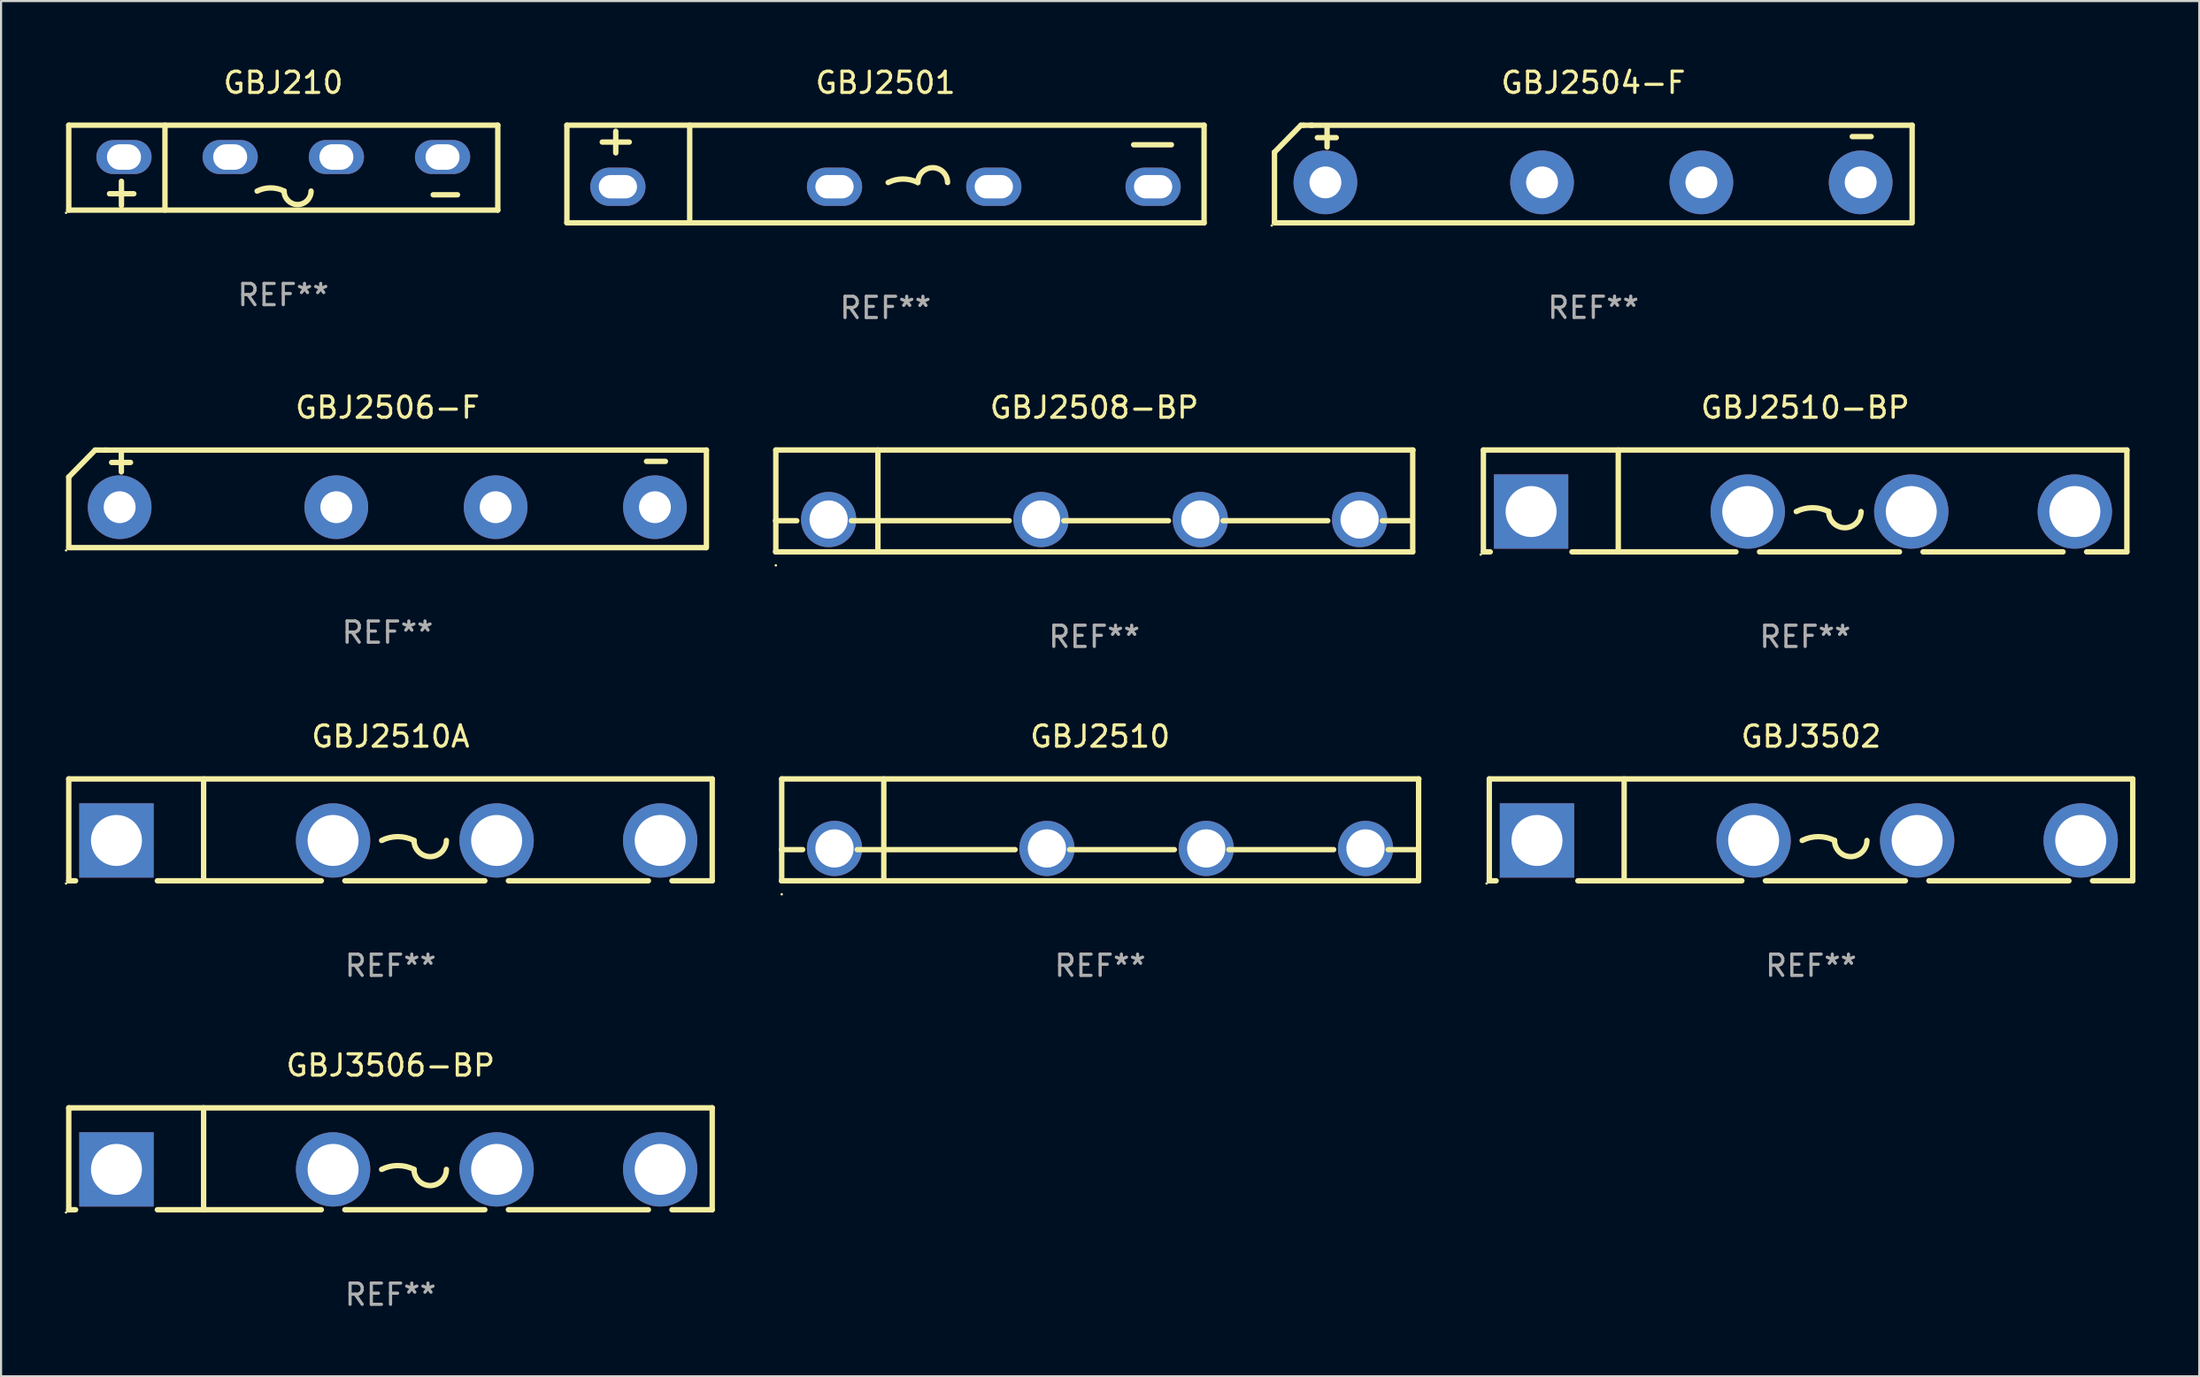
<source format=kicad_pcb>
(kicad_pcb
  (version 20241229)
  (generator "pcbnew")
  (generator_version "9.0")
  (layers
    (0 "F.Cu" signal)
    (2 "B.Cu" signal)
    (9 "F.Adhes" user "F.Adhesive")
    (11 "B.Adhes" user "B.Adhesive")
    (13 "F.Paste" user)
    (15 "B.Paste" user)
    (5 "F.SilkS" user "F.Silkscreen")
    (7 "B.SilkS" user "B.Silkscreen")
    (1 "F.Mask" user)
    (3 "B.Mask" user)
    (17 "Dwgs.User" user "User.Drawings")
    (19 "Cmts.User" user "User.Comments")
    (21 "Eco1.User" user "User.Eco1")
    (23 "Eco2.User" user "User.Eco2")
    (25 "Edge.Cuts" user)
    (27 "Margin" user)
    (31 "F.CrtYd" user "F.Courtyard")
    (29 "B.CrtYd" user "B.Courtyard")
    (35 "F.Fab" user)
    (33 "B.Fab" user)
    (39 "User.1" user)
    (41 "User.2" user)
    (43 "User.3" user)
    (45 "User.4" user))
  (footprint "GBJ2504-F"
    (layer "F.Cu")
    (at 71.967 5.148)
    (property "Reference" "GBJ2504-F" (at 0 -4.3 0) (layer "F.SilkS") (effects (font (size 1 1) (thickness 0.15))))
    (attr through_hole)
    (fp_line (start -15.011 -1.027) (end -15.011 2.275) (stroke (width 0.254) (type solid)) (layer "F.SilkS"))
    (fp_line (start -15.011 -1.027) (end -13.767 -2.297) (stroke (width 0.254) (type solid)) (layer "F.SilkS"))
    (fp_line (start -15.011 2.3) (end 14.989 2.3) (stroke (width 0.254) (type solid)) (layer "F.SilkS"))
    (fp_line (start -13.767 -2.297) (end -13.64 -2.297) (stroke (width 0.254) (type solid)) (layer "F.SilkS"))
    (fp_line (start -13.64 -2.297) (end -13.233 -2.297) (stroke (width 0.254) (type solid)) (layer "F.SilkS"))
    (fp_line (start -13.31 -2.297) (end 15.011 -2.297) (stroke (width 0.254) (type solid)) (layer "F.SilkS"))
    (fp_line (start -12.992 -1.713) (end -12.103 -1.713) (stroke (width 0.254) (type solid)) (layer "F.SilkS"))
    (fp_line (start -12.535 -1.269) (end -12.535 -2.158) (stroke (width 0.254) (type solid)) (layer "F.SilkS"))
    (fp_line (start 12.192 -1.764) (end 13.081 -1.764) (stroke (width 0.254) (type solid)) (layer "F.SilkS"))
    (fp_line (start 15.011 -2.3) (end 15.011 2.3) (stroke (width 0.254) (type solid)) (layer "F.SilkS"))
    (fp_circle (center -15.138 2.427) (end -15.108 2.427) (stroke (width 0.06) (type solid)) (fill no) (layer "F.SilkS"))
    (fp_text user "REF**" (at 0 6.3 0) (layer "F.Fab") (effects (font (size 1 1) (thickness 0.15))))
    (pad "1" thru_hole circle (at -12.614 0.395) (size 3 3) (drill 1.5) (layers "*.Cu" "*.Mask"))
    (pad "2" thru_hole circle (at -2.413 0.395) (size 3 3) (drill 1.5) (layers "*.Cu" "*.Mask"))
    (pad "3" thru_hole circle (at 5.088 0.395) (size 3 3) (drill 1.5) (layers "*.Cu" "*.Mask"))
    (pad "4" thru_hole circle (at 12.588 0.395) (size 3 3) (drill 1.5) (layers "*.Cu" "*.Mask")))
  (footprint "GBJ2501"
    (layer "F.Cu")
    (at 38.641 5.151)
    (property "Reference" "GBJ2501" (at 0 -4.303 0) (layer "F.SilkS") (effects (font (size 1 1) (thickness 0.15))))
    (attr through_hole)
    (fp_line (start -15 -2.303) (end -15 2.297) (stroke (width 0.254) (type solid)) (layer "F.SilkS"))
    (fp_line (start -15 -2.303) (end 15 -2.303) (stroke (width 0.254) (type solid)) (layer "F.SilkS"))
    (fp_line (start -15 2.297) (end 15 2.297) (stroke (width 0.254) (type solid)) (layer "F.SilkS"))
    (fp_line (start -13.335 -1.508) (end -12.065 -1.508) (stroke (width 0.254) (type solid)) (layer "F.SilkS"))
    (fp_line (start -12.7 -1) (end -12.7 -2.016) (stroke (width 0.254) (type solid)) (layer "F.SilkS"))
    (fp_line (start -9.219 -2.303) (end -9.219 2.297) (stroke (width 0.254) (type solid)) (layer "F.SilkS"))
    (fp_line (start 11.684 -1.381) (end 13.462 -1.381) (stroke (width 0.254) (type solid)) (layer "F.SilkS"))
    (fp_line (start 15 -2.303) (end 15 2.303) (stroke (width 0.254) (type solid)) (layer "F.SilkS"))
    (fp_arc (start 0.127 0.397498) (mid 0.825502 0.232604) (end 1.524003 0.397498) (stroke (width 0.254001) (type solid)) (layer "F.SilkS"))
    (fp_arc (start 1.524002 0.397498) (mid 2.222504 -0.301004) (end 2.921006 0.397498) (stroke (width 0.254001) (type solid)) (layer "F.SilkS"))
    (fp_circle (center -15 -2.27) (end -14.97 -2.27) (stroke (width 0.06) (type solid)) (fill no) (layer "F.SilkS"))
    (fp_text user "REF**" (at 0 6.303 0) (layer "F.Fab") (effects (font (size 1 1) (thickness 0.15))))
    (pad "1" thru_hole oval (at -12.6 0.597 90) (size 1.8 2.6) (drill oval 1.1 1.8) (layers "*.Cu" "*.Mask"))
    (pad "2" thru_hole oval (at -2.4 0.597 90) (size 1.8 2.6) (drill oval 1.1 1.8) (layers "*.Cu" "*.Mask"))
    (pad "3" thru_hole oval (at 5.1 0.597 90) (size 1.8 2.6) (drill oval 1.1 1.8) (layers "*.Cu" "*.Mask"))
    (pad "4" thru_hole oval (at 12.6 0.597 90) (size 1.8 2.6) (drill oval 1.1 1.8) (layers "*.Cu" "*.Mask")))
  (footprint "GBJ2510-BP"
    (layer "F.Cu")
    (at 81.942 20.55)
    (property "Reference" "GBJ2510-BP" (at 0 -4.4 0) (layer "F.SilkS") (effects (font (size 1 1) (thickness 0.15))))
    (attr through_hole)
    (fp_line (start -15.15 -2.4) (end -15.15 2.4) (stroke (width 0.254) (type solid)) (layer "F.SilkS"))
    (fp_line (start -15.15 -2.4) (end 15.15 -2.4) (stroke (width 0.254) (type solid)) (layer "F.SilkS"))
    (fp_line (start -15.15 2.4) (end -14.829 2.4) (stroke (width 0.254) (type solid)) (layer "F.SilkS"))
    (fp_line (start -10.979 2.4) (end -3.259 2.4) (stroke (width 0.254) (type solid)) (layer "F.SilkS"))
    (fp_line (start -8.8 -2.4) (end -8.8 2.4) (stroke (width 0.254) (type solid)) (layer "F.SilkS"))
    (fp_line (start -2.149 2.4) (end 4.44 2.4) (stroke (width 0.254) (type solid)) (layer "F.SilkS"))
    (fp_line (start 5.55 2.4) (end 12.141 2.4) (stroke (width 0.254) (type solid)) (layer "F.SilkS"))
    (fp_line (start 13.251 2.4) (end 15.146 2.4) (stroke (width 0.254) (type solid)) (layer "F.SilkS"))
    (fp_line (start 15.146 2.4) (end 15.146 -2.4) (stroke (width 0.254) (type solid)) (layer "F.SilkS"))
    (fp_arc (start -0.417958 0.5) (mid 0.344044 0.320116) (end 1.106045 0.5) (stroke (width 0.254001) (type solid)) (layer "F.SilkS"))
    (fp_arc (start 2.630048 0.5) (mid 1.868047 1.262001) (end 1.106046 0.5) (stroke (width 0.254001) (type solid)) (layer "F.SilkS"))
    (fp_circle (center -15.277 2.527) (end -15.247 2.527) (stroke (width 0.06) (type solid)) (fill no) (layer "F.SilkS"))
    (fp_text user "+" (at -10.832 0.569 0) (layer "B.Mask") (effects (font (size 1 1) (thickness 0.15))))
    (fp_text user "-" (at 8.98 0.5 0) (layer "B.Mask") (effects (font (size 1 1) (thickness 0.15))))
    (fp_text user "REF**" (at 0 6.4 0) (layer "F.Fab") (effects (font (size 1 1) (thickness 0.15))))
    (pad "1" thru_hole rect (at -12.904 0.5) (size 3.5 3.5) (drill 2.4) (layers "*.Cu" "*.Mask"))
    (pad "2" thru_hole circle (at -2.704 0.5) (size 3.5 3.5) (drill 2.4) (layers "*.Cu" "*.Mask"))
    (pad "3" thru_hole circle (at 4.995 0.5) (size 3.5 3.5) (drill 2.4) (layers "*.Cu" "*.Mask"))
    (pad "4" thru_hole circle (at 12.696 0.5) (size 3.5 3.5) (drill 2.4) (layers "*.Cu" "*.Mask")))
  (footprint "GBJ2510A"
    (layer "F.Cu")
    (at 15.337 36.046)
    (property "Reference" "GBJ2510A" (at 0 -4.4 0) (layer "F.SilkS") (effects (font (size 1 1) (thickness 0.15))))
    (attr through_hole)
    (fp_line (start -15.15 -2.4) (end -15.15 2.4) (stroke (width 0.254) (type solid)) (layer "F.SilkS"))
    (fp_line (start -15.15 -2.4) (end 15.15 -2.4) (stroke (width 0.254) (type solid)) (layer "F.SilkS"))
    (fp_line (start -15.15 2.4) (end -14.829 2.4) (stroke (width 0.254) (type solid)) (layer "F.SilkS"))
    (fp_line (start -10.979 2.4) (end -3.259 2.4) (stroke (width 0.254) (type solid)) (layer "F.SilkS"))
    (fp_line (start -8.8 -2.4) (end -8.8 2.4) (stroke (width 0.254) (type solid)) (layer "F.SilkS"))
    (fp_line (start -2.149 2.4) (end 4.44 2.4) (stroke (width 0.254) (type solid)) (layer "F.SilkS"))
    (fp_line (start 5.55 2.4) (end 12.141 2.4) (stroke (width 0.254) (type solid)) (layer "F.SilkS"))
    (fp_line (start 13.251 2.4) (end 15.146 2.4) (stroke (width 0.254) (type solid)) (layer "F.SilkS"))
    (fp_line (start 15.146 2.4) (end 15.146 -2.4) (stroke (width 0.254) (type solid)) (layer "F.SilkS"))
    (fp_arc (start -0.417958 0.5) (mid 0.344044 0.320116) (end 1.106045 0.5) (stroke (width 0.254001) (type solid)) (layer "F.SilkS"))
    (fp_arc (start 2.630048 0.5) (mid 1.868047 1.262001) (end 1.106046 0.5) (stroke (width 0.254001) (type solid)) (layer "F.SilkS"))
    (fp_circle (center -15.277 2.527) (end -15.247 2.527) (stroke (width 0.06) (type solid)) (fill no) (layer "F.SilkS"))
    (fp_text user "+" (at -10.832 0.569 0) (layer "B.Mask") (effects (font (size 1 1) (thickness 0.15))))
    (fp_text user "-" (at 8.98 0.5 0) (layer "B.Mask") (effects (font (size 1 1) (thickness 0.15))))
    (fp_text user "REF**" (at 0 6.4 0) (layer "F.Fab") (effects (font (size 1 1) (thickness 0.15))))
    (pad "1" thru_hole rect (at -12.904 0.5) (size 3.5 3.5) (drill 2.4) (layers "*.Cu" "*.Mask"))
    (pad "2" thru_hole circle (at -2.704 0.5) (size 3.5 3.5) (drill 2.4) (layers "*.Cu" "*.Mask"))
    (pad "3" thru_hole circle (at 4.995 0.5) (size 3.5 3.5) (drill 2.4) (layers "*.Cu" "*.Mask"))
    (pad "4" thru_hole circle (at 12.696 0.5) (size 3.5 3.5) (drill 2.4) (layers "*.Cu" "*.Mask")))
  (footprint "GBJ3506-BP"
    (layer "F.Cu")
    (at 15.337 51.543)
    (property "Reference" "GBJ3506-BP" (at 0 -4.4 0) (layer "F.SilkS") (effects (font (size 1 1) (thickness 0.15))))
    (attr through_hole)
    (fp_line (start -15.15 -2.4) (end -15.15 2.4) (stroke (width 0.254) (type solid)) (layer "F.SilkS"))
    (fp_line (start -15.15 -2.4) (end 15.15 -2.4) (stroke (width 0.254) (type solid)) (layer "F.SilkS"))
    (fp_line (start -15.15 2.4) (end -14.829 2.4) (stroke (width 0.254) (type solid)) (layer "F.SilkS"))
    (fp_line (start -10.979 2.4) (end -3.259 2.4) (stroke (width 0.254) (type solid)) (layer "F.SilkS"))
    (fp_line (start -8.8 -2.4) (end -8.8 2.4) (stroke (width 0.254) (type solid)) (layer "F.SilkS"))
    (fp_line (start -2.149 2.4) (end 4.44 2.4) (stroke (width 0.254) (type solid)) (layer "F.SilkS"))
    (fp_line (start 5.55 2.4) (end 12.141 2.4) (stroke (width 0.254) (type solid)) (layer "F.SilkS"))
    (fp_line (start 13.251 2.4) (end 15.146 2.4) (stroke (width 0.254) (type solid)) (layer "F.SilkS"))
    (fp_line (start 15.146 2.4) (end 15.146 -2.4) (stroke (width 0.254) (type solid)) (layer "F.SilkS"))
    (fp_arc (start -0.417958 0.5) (mid 0.344044 0.320116) (end 1.106045 0.5) (stroke (width 0.254001) (type solid)) (layer "F.SilkS"))
    (fp_arc (start 2.630048 0.5) (mid 1.868047 1.262001) (end 1.106046 0.5) (stroke (width 0.254001) (type solid)) (layer "F.SilkS"))
    (fp_circle (center -15.277 2.527) (end -15.247 2.527) (stroke (width 0.06) (type solid)) (fill no) (layer "F.SilkS"))
    (fp_text user "-" (at 8.98 0.5 0) (layer "B.Mask") (effects (font (size 1 1) (thickness 0.15))))
    (fp_text user "+" (at -10.832 0.569 0) (layer "B.Mask") (effects (font (size 1 1) (thickness 0.15))))
    (fp_text user "REF**" (at 0 6.4 0) (layer "F.Fab") (effects (font (size 1 1) (thickness 0.15))))
    (pad "1" thru_hole rect (at -12.904 0.5) (size 3.5 3.5) (drill 2.4) (layers "*.Cu" "*.Mask"))
    (pad "2" thru_hole circle (at -2.704 0.5) (size 3.5 3.5) (drill 2.4) (layers "*.Cu" "*.Mask"))
    (pad "3" thru_hole circle (at 4.995 0.5) (size 3.5 3.5) (drill 2.4) (layers "*.Cu" "*.Mask"))
    (pad "4" thru_hole circle (at 12.696 0.5) (size 3.5 3.5) (drill 2.4) (layers "*.Cu" "*.Mask")))
  (footprint "GBJ3502"
    (layer "F.Cu")
    (at 82.219 36.046)
    (property "Reference" "GBJ3502" (at 0 -4.4 0) (layer "F.SilkS") (effects (font (size 1 1) (thickness 0.15))))
    (attr through_hole)
    (fp_line (start -15.15 -2.4) (end -15.15 2.4) (stroke (width 0.254) (type solid)) (layer "F.SilkS"))
    (fp_line (start -15.15 -2.4) (end 15.15 -2.4) (stroke (width 0.254) (type solid)) (layer "F.SilkS"))
    (fp_line (start -15.15 2.4) (end -14.829 2.4) (stroke (width 0.254) (type solid)) (layer "F.SilkS"))
    (fp_line (start -10.979 2.4) (end -3.259 2.4) (stroke (width 0.254) (type solid)) (layer "F.SilkS"))
    (fp_line (start -8.8 -2.4) (end -8.8 2.4) (stroke (width 0.254) (type solid)) (layer "F.SilkS"))
    (fp_line (start -2.149 2.4) (end 4.44 2.4) (stroke (width 0.254) (type solid)) (layer "F.SilkS"))
    (fp_line (start 5.55 2.4) (end 12.141 2.4) (stroke (width 0.254) (type solid)) (layer "F.SilkS"))
    (fp_line (start 13.251 2.4) (end 15.146 2.4) (stroke (width 0.254) (type solid)) (layer "F.SilkS"))
    (fp_line (start 15.146 2.4) (end 15.146 -2.4) (stroke (width 0.254) (type solid)) (layer "F.SilkS"))
    (fp_arc (start -0.417958 0.5) (mid 0.344044 0.320116) (end 1.106045 0.5) (stroke (width 0.254001) (type solid)) (layer "F.SilkS"))
    (fp_arc (start 2.630048 0.5) (mid 1.868047 1.262001) (end 1.106046 0.5) (stroke (width 0.254001) (type solid)) (layer "F.SilkS"))
    (fp_circle (center -15.277 2.527) (end -15.247 2.527) (stroke (width 0.06) (type solid)) (fill no) (layer "F.SilkS"))
    (fp_text user "-" (at 8.98 0.5 0) (layer "B.Mask") (effects (font (size 1 1) (thickness 0.15))))
    (fp_text user "+" (at -10.832 0.569 0) (layer "B.Mask") (effects (font (size 1 1) (thickness 0.15))))
    (fp_text user "REF**" (at 0 6.4 0) (layer "F.Fab") (effects (font (size 1 1) (thickness 0.15))))
    (pad "1" thru_hole rect (at -12.904 0.5) (size 3.5 3.5) (drill 2.4) (layers "*.Cu" "*.Mask"))
    (pad "2" thru_hole circle (at -2.704 0.5) (size 3.5 3.5) (drill 2.4) (layers "*.Cu" "*.Mask"))
    (pad "3" thru_hole circle (at 4.995 0.5) (size 3.5 3.5) (drill 2.4) (layers "*.Cu" "*.Mask"))
    (pad "4" thru_hole circle (at 12.696 0.5) (size 3.5 3.5) (drill 2.4) (layers "*.Cu" "*.Mask")))
  (footprint "GBJ210"
    (layer "F.Cu")
    (at 10.287 4.848)
    (property "Reference" "GBJ210" (at 0 -4 0) (layer "F.SilkS") (effects (font (size 1 1) (thickness 0.15))))
    (attr through_hole)
    (fp_line (start -10.1 -2) (end -10.1 2) (stroke (width 0.254) (type solid)) (layer "F.SilkS"))
    (fp_line (start -10.1 -2) (end 10.1 -2) (stroke (width 0.254) (type solid)) (layer "F.SilkS"))
    (fp_line (start -10.1 2) (end 10.1 2) (stroke (width 0.254) (type solid)) (layer "F.SilkS"))
    (fp_line (start -7.62 1.786) (end -7.62 0.643) (stroke (width 0.254) (type solid)) (layer "F.SilkS"))
    (fp_line (start -7.037 1.23) (end -8.18 1.23) (stroke (width 0.254) (type solid)) (layer "F.SilkS"))
    (fp_line (start -5.57 -2) (end -5.57 2) (stroke (width 0.254) (type solid)) (layer "F.SilkS"))
    (fp_line (start 8.203 1.278) (end 7.06 1.278) (stroke (width 0.254) (type solid)) (layer "F.SilkS"))
    (fp_line (start 10.1 -2) (end 10.1 2) (stroke (width 0.254) (type solid)) (layer "F.SilkS"))
    (fp_arc (start -1.230963 1.103861) (mid -0.595962 0.953957) (end 0.039039 1.10386) (stroke (width 0.254001) (type solid)) (layer "F.SilkS"))
    (fp_arc (start 1.309042 1.103861) (mid 0.674041 1.738862) (end 0.03904 1.103861) (stroke (width 0.254001) (type solid)) (layer "F.SilkS"))
    (fp_circle (center -10.227 2.127) (end -10.197 2.127) (stroke (width 0.06) (type solid)) (fill no) (layer "F.SilkS"))
    (fp_text user "REF**" (at 0 6 0) (layer "F.Fab") (effects (font (size 1 1) (thickness 0.15))))
    (pad "1" thru_hole oval (at -7.5 -0.5 90) (size 1.6 2.6) (drill oval 1.2 1.6) (layers "*.Cu" "*.Mask"))
    (pad "2" thru_hole oval (at -2.5 -0.5 90) (size 1.6 2.6) (drill oval 1.2 1.6) (layers "*.Cu" "*.Mask"))
    (pad "3" thru_hole oval (at 2.5 -0.5 90) (size 1.6 2.6) (drill oval 1.2 1.6) (layers "*.Cu" "*.Mask"))
    (pad "4" thru_hole oval (at 7.5 -0.5 90) (size 1.6 2.6) (drill oval 1.2 1.6) (layers "*.Cu" "*.Mask")))
  (footprint "GBJ2510"
    (layer "F.Cu")
    (at 48.748 36.046)
    (property "Reference" "GBJ2510" (at 0 -4.4 0) (layer "F.SilkS") (effects (font (size 1 1) (thickness 0.15))))
    (attr through_hole)
    (fp_line (start -15.007 0.932) (end -14.006 0.932) (stroke (width 0.254) (type solid)) (layer "F.SilkS"))
    (fp_line (start -15.007 2.4) (end 14.993 2.4) (stroke (width 0.254) (type solid)) (layer "F.SilkS"))
    (fp_line (start -14.993 -2.4) (end -14.993 2.4) (stroke (width 0.254) (type solid)) (layer "F.SilkS"))
    (fp_line (start -14.993 -2.4) (end 15.007 -2.4) (stroke (width 0.254) (type solid)) (layer "F.SilkS"))
    (fp_line (start -11.436 0.932) (end -4.006 0.932) (stroke (width 0.254) (type solid)) (layer "F.SilkS"))
    (fp_line (start -10.186 -2.4) (end -10.186 2.4) (stroke (width 0.254) (type solid)) (layer "F.SilkS"))
    (fp_line (start -1.436 0.932) (end 3.494 0.932) (stroke (width 0.254) (type solid)) (layer "F.SilkS"))
    (fp_line (start 6.064 0.932) (end 10.994 0.932) (stroke (width 0.254) (type solid)) (layer "F.SilkS"))
    (fp_line (start 13.564 0.932) (end 14.979 0.932) (stroke (width 0.254) (type solid)) (layer "F.SilkS"))
    (fp_line (start 14.993 -2.4) (end 14.993 2.4) (stroke (width 0.254) (type solid)) (layer "F.SilkS"))
    (fp_circle (center -14.993 3.035) (end -14.963 3.035) (stroke (width 0.06) (type solid)) (fill no) (layer "F.SilkS"))
    (fp_text user "+" (at -13.468 -0.656 0) (layer "B.Mask") (effects (font (size 1 1) (thickness 0.15))))
    (fp_text user "&#126;" (at 3.931 -0.574 0) (layer "B.Mask") (effects (font (size 1 1) (thickness 0.15))))
    (fp_text user "-" (at 11.169 -0.648 0) (layer "B.Mask") (effects (font (size 1 1) (thickness 0.15))))
    (fp_text user "&#126;" (at -3.308 -0.701 0) (layer "B.Mask") (effects (font (size 1 1) (thickness 0.15))))
    (fp_text user "REF**" (at 0 6.4 0) (layer "F.Fab") (effects (font (size 1 1) (thickness 0.15))))
    (pad "1" thru_hole circle (at -12.507 0.876) (size 2.6 2.6) (drill 1.8) (layers "*.Cu" "*.Mask"))
    (pad "2" thru_hole circle (at -2.507 0.876) (size 2.6 2.6) (drill 1.8) (layers "*.Cu" "*.Mask"))
    (pad "3" thru_hole circle (at 4.993 0.876) (size 2.6 2.6) (drill 1.8) (layers "*.Cu" "*.Mask"))
    (pad "4" thru_hole circle (at 12.493 0.876) (size 2.6 2.6) (drill 1.8) (layers "*.Cu" "*.Mask")))
  (footprint "GBJ2508-BP"
    (layer "F.Cu")
    (at 48.471 20.55)
    (property "Reference" "GBJ2508-BP" (at 0 -4.4 0) (layer "F.SilkS") (effects (font (size 1 1) (thickness 0.15))))
    (attr through_hole)
    (fp_line (start -15.007 0.932) (end -14.006 0.932) (stroke (width 0.254) (type solid)) (layer "F.SilkS"))
    (fp_line (start -15.007 2.4) (end 14.993 2.4) (stroke (width 0.254) (type solid)) (layer "F.SilkS"))
    (fp_line (start -14.993 -2.4) (end -14.993 2.4) (stroke (width 0.254) (type solid)) (layer "F.SilkS"))
    (fp_line (start -14.993 -2.4) (end 15.007 -2.4) (stroke (width 0.254) (type solid)) (layer "F.SilkS"))
    (fp_line (start -11.436 0.932) (end -4.006 0.932) (stroke (width 0.254) (type solid)) (layer "F.SilkS"))
    (fp_line (start -10.186 -2.4) (end -10.186 2.4) (stroke (width 0.254) (type solid)) (layer "F.SilkS"))
    (fp_line (start -1.436 0.932) (end 3.494 0.932) (stroke (width 0.254) (type solid)) (layer "F.SilkS"))
    (fp_line (start 6.064 0.932) (end 10.994 0.932) (stroke (width 0.254) (type solid)) (layer "F.SilkS"))
    (fp_line (start 13.564 0.932) (end 14.979 0.932) (stroke (width 0.254) (type solid)) (layer "F.SilkS"))
    (fp_line (start 14.993 -2.4) (end 14.993 2.4) (stroke (width 0.254) (type solid)) (layer "F.SilkS"))
    (fp_circle (center -14.993 3.035) (end -14.963 3.035) (stroke (width 0.06) (type solid)) (fill no) (layer "F.SilkS"))
    (fp_text user "&#126;" (at 3.931 -0.574 0) (layer "B.Mask") (effects (font (size 1 1) (thickness 0.15))))
    (fp_text user "+" (at -13.468 -0.656 0) (layer "B.Mask") (effects (font (size 1 1) (thickness 0.15))))
    (fp_text user "&#126;" (at -3.308 -0.701 0) (layer "B.Mask") (effects (font (size 1 1) (thickness 0.15))))
    (fp_text user "-" (at 11.169 -0.648 0) (layer "B.Mask") (effects (font (size 1 1) (thickness 0.15))))
    (fp_text user "REF**" (at 0 6.4 0) (layer "F.Fab") (effects (font (size 1 1) (thickness 0.15))))
    (pad "1" thru_hole circle (at -12.507 0.876) (size 2.6 2.6) (drill 1.8) (layers "*.Cu" "*.Mask"))
    (pad "2" thru_hole circle (at -2.507 0.876) (size 2.6 2.6) (drill 1.8) (layers "*.Cu" "*.Mask"))
    (pad "3" thru_hole circle (at 4.993 0.876) (size 2.6 2.6) (drill 1.8) (layers "*.Cu" "*.Mask"))
    (pad "4" thru_hole circle (at 12.493 0.876) (size 2.6 2.6) (drill 1.8) (layers "*.Cu" "*.Mask")))
  (footprint "GBJ2506-F"
    (layer "F.Cu")
    (at 15.198 20.45)
    (property "Reference" "GBJ2506-F" (at 0 -4.3 0) (layer "F.SilkS") (effects (font (size 1 1) (thickness 0.15))))
    (attr through_hole)
    (fp_line (start -15.011 -1.027) (end -15.011 2.275) (stroke (width 0.254) (type solid)) (layer "F.SilkS"))
    (fp_line (start -15.011 -1.027) (end -13.767 -2.297) (stroke (width 0.254) (type solid)) (layer "F.SilkS"))
    (fp_line (start -15.011 2.3) (end 14.989 2.3) (stroke (width 0.254) (type solid)) (layer "F.SilkS"))
    (fp_line (start -13.767 -2.297) (end -13.64 -2.297) (stroke (width 0.254) (type solid)) (layer "F.SilkS"))
    (fp_line (start -13.64 -2.297) (end -13.233 -2.297) (stroke (width 0.254) (type solid)) (layer "F.SilkS"))
    (fp_line (start -13.31 -2.297) (end 15.011 -2.297) (stroke (width 0.254) (type solid)) (layer "F.SilkS"))
    (fp_line (start -12.992 -1.713) (end -12.103 -1.713) (stroke (width 0.254) (type solid)) (layer "F.SilkS"))
    (fp_line (start -12.535 -1.269) (end -12.535 -2.158) (stroke (width 0.254) (type solid)) (layer "F.SilkS"))
    (fp_line (start 12.192 -1.764) (end 13.081 -1.764) (stroke (width 0.254) (type solid)) (layer "F.SilkS"))
    (fp_line (start 15.011 -2.3) (end 15.011 2.3) (stroke (width 0.254) (type solid)) (layer "F.SilkS"))
    (fp_circle (center -15.138 2.427) (end -15.108 2.427) (stroke (width 0.06) (type solid)) (fill no) (layer "F.SilkS"))
    (fp_text user "REF**" (at 0 6.3 0) (layer "F.Fab") (effects (font (size 1 1) (thickness 0.15))))
    (pad "1" thru_hole circle (at -12.614 0.395) (size 3 3) (drill 1.5) (layers "*.Cu" "*.Mask"))
    (pad "2" thru_hole circle (at -2.413 0.395) (size 3 3) (drill 1.5) (layers "*.Cu" "*.Mask"))
    (pad "3" thru_hole circle (at 5.088 0.395) (size 3 3) (drill 1.5) (layers "*.Cu" "*.Mask"))
    (pad "4" thru_hole circle (at 12.588 0.395) (size 3 3) (drill 1.5) (layers "*.Cu" "*.Mask")))
  (gr_rect
    (start -3 -3)
    (end 100.496 61.791)
    (stroke (width 0.1) (type default))
    (fill no)
    (layer "Edge.Cuts")))
</source>
